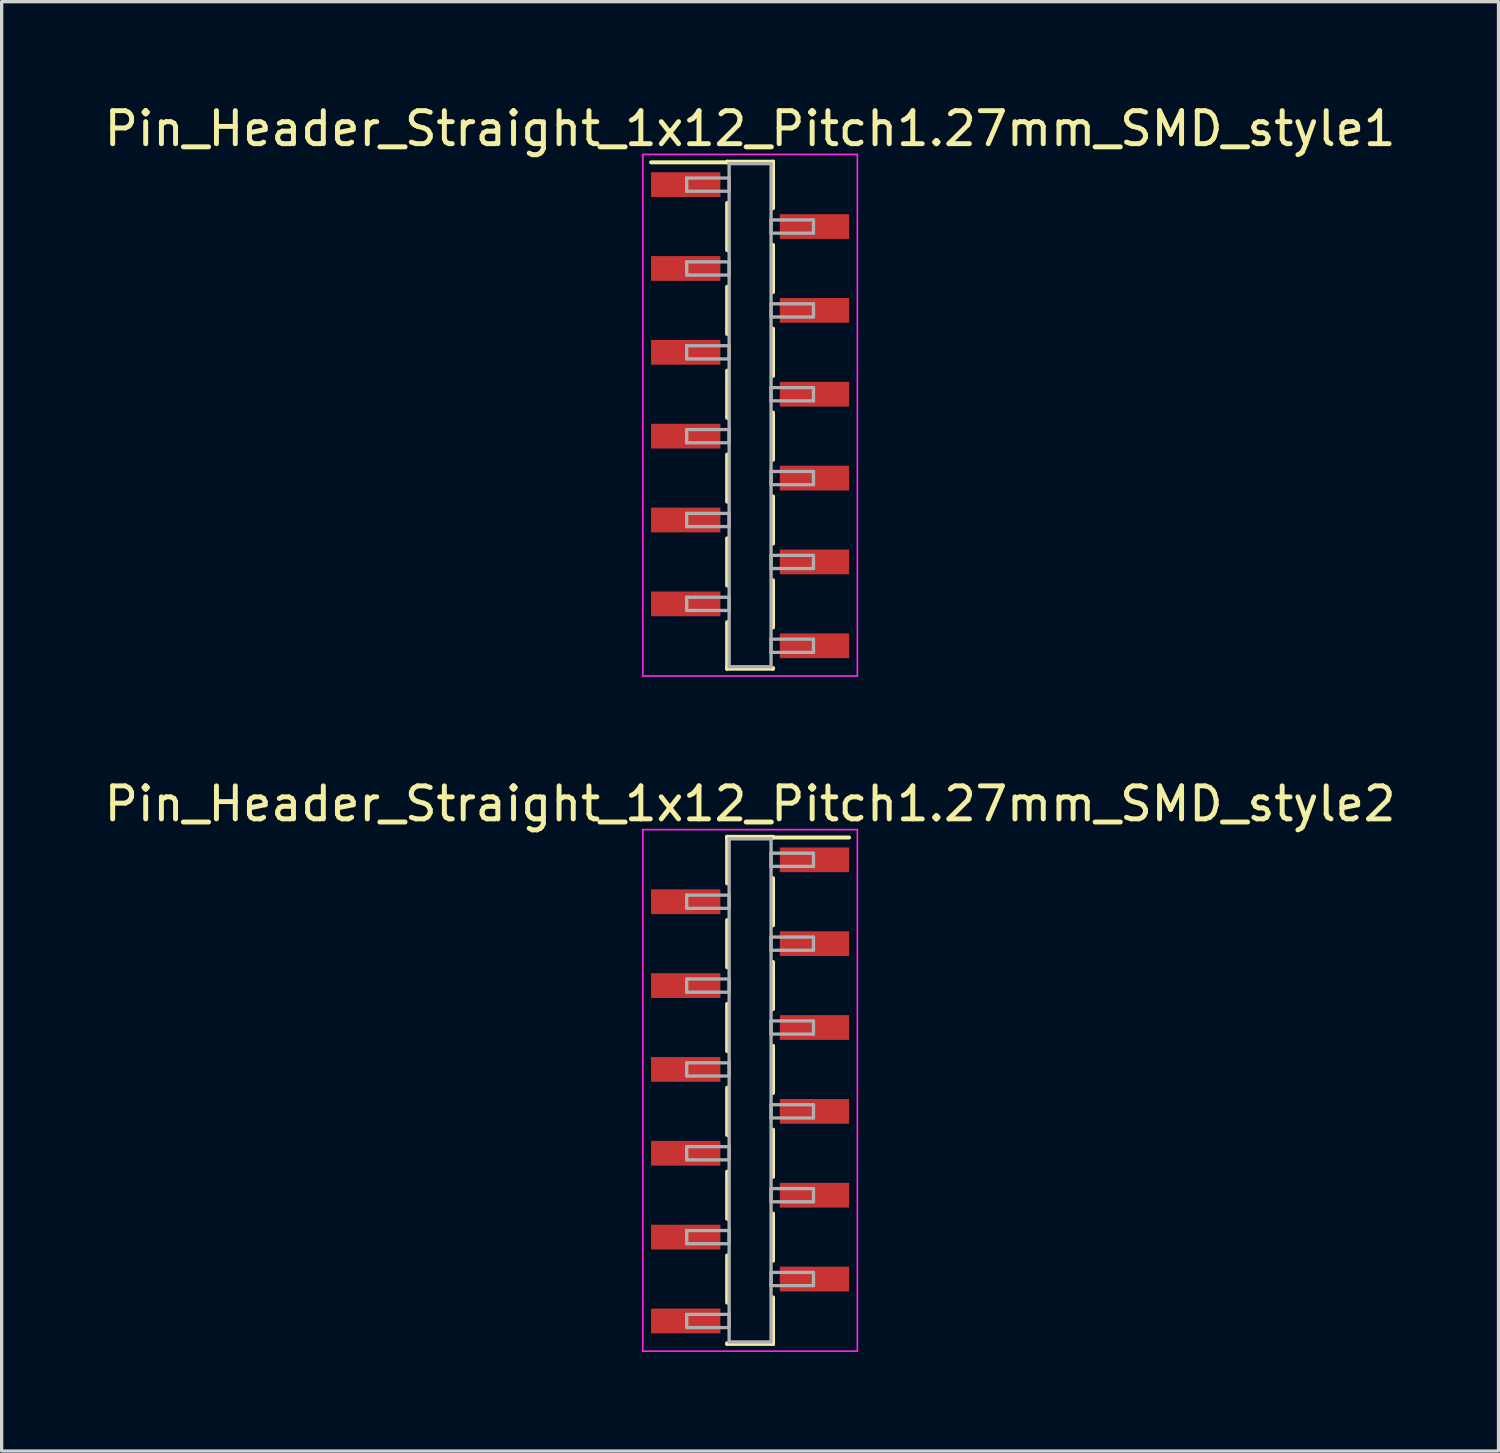
<source format=kicad_pcb>
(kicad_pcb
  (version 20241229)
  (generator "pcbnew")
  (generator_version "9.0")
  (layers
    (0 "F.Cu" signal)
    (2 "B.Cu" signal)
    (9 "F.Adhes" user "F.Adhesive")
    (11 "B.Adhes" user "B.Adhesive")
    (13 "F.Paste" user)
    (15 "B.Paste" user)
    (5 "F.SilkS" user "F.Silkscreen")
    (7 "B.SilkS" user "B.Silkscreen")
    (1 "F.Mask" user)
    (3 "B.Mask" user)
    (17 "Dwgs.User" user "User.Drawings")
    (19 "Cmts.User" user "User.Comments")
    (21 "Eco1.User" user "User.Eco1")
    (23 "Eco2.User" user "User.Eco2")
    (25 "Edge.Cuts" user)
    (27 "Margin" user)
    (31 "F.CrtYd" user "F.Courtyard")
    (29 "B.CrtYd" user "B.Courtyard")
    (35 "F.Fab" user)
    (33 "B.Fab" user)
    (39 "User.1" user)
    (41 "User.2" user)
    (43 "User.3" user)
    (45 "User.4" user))
  (footprint "Pin_Header_Straight_1x12_Pitch1.27mm_SMD_style1"
    (layer "F.Cu")
    (at 19.673 9.528)
    (property "Reference" "Pin_Header_Straight_1x12_Pitch1.27mm_SMD_style1" (at 0 -8.68 0) (layer "F.SilkS") (effects (font (size 1 1) (thickness 0.15))))
    (attr smd)
    (fp_line (start -0.695 -7.68) (end 0.695 -7.68) (stroke (width 0.12) (type solid)) (layer "F.SilkS"))
    (fp_line (start -0.695 -7.66) (end -3 -7.66) (stroke (width 0.12) (type solid)) (layer "F.SilkS"))
    (fp_line (start -0.695 -7.66) (end -0.695 -7.68) (stroke (width 0.12) (type solid)) (layer "F.SilkS"))
    (fp_line (start -0.695 -6.43) (end -0.695 -5) (stroke (width 0.12) (type solid)) (layer "F.SilkS"))
    (fp_line (start -0.695 -3.89) (end -0.695 -2.46) (stroke (width 0.12) (type solid)) (layer "F.SilkS"))
    (fp_line (start -0.695 -1.35) (end -0.695 0.08) (stroke (width 0.12) (type solid)) (layer "F.SilkS"))
    (fp_line (start -0.695 1.19) (end -0.695 2.62) (stroke (width 0.12) (type solid)) (layer "F.SilkS"))
    (fp_line (start -0.695 3.73) (end -0.695 5.16) (stroke (width 0.12) (type solid)) (layer "F.SilkS"))
    (fp_line (start -0.695 6.27) (end -0.695 7.68) (stroke (width 0.12) (type solid)) (layer "F.SilkS"))
    (fp_line (start -0.695 7.66) (end -0.695 7.68) (stroke (width 0.12) (type solid)) (layer "F.SilkS"))
    (fp_line (start -0.695 7.68) (end 0.695 7.68) (stroke (width 0.12) (type solid)) (layer "F.SilkS"))
    (fp_line (start 0.695 -7.68) (end 0.695 -7.66) (stroke (width 0.12) (type solid)) (layer "F.SilkS"))
    (fp_line (start 0.695 -7.68) (end 0.695 -6.27) (stroke (width 0.12) (type solid)) (layer "F.SilkS"))
    (fp_line (start 0.695 -5.16) (end 0.695 -3.73) (stroke (width 0.12) (type solid)) (layer "F.SilkS"))
    (fp_line (start 0.695 -2.62) (end 0.695 -1.19) (stroke (width 0.12) (type solid)) (layer "F.SilkS"))
    (fp_line (start 0.695 -0.08) (end 0.695 1.35) (stroke (width 0.12) (type solid)) (layer "F.SilkS"))
    (fp_line (start 0.695 2.46) (end 0.695 3.89) (stroke (width 0.12) (type solid)) (layer "F.SilkS"))
    (fp_line (start 0.695 5) (end 0.695 6.43) (stroke (width 0.12) (type solid)) (layer "F.SilkS"))
    (fp_line (start 0.695 7.68) (end 0.695 7.66) (stroke (width 0.12) (type solid)) (layer "F.SilkS"))
    (fp_line (start -3.25 -7.9) (end -3.25 7.9) (stroke (width 0.05) (type solid)) (layer "F.CrtYd"))
    (fp_line (start -3.25 7.9) (end 3.25 7.9) (stroke (width 0.05) (type solid)) (layer "F.CrtYd"))
    (fp_line (start 3.25 -7.9) (end -3.25 -7.9) (stroke (width 0.05) (type solid)) (layer "F.CrtYd"))
    (fp_line (start 3.25 7.9) (end 3.25 -7.9) (stroke (width 0.05) (type solid)) (layer "F.CrtYd"))
    (fp_line (start -1.92 -7.185) (end -0.635 -7.185) (stroke (width 0.1) (type solid)) (layer "F.Fab"))
    (fp_line (start -1.92 -6.785) (end -1.92 -7.185) (stroke (width 0.1) (type solid)) (layer "F.Fab"))
    (fp_line (start -1.92 -4.645) (end -0.635 -4.645) (stroke (width 0.1) (type solid)) (layer "F.Fab"))
    (fp_line (start -1.92 -4.245) (end -1.92 -4.645) (stroke (width 0.1) (type solid)) (layer "F.Fab"))
    (fp_line (start -1.92 -2.105) (end -0.635 -2.105) (stroke (width 0.1) (type solid)) (layer "F.Fab"))
    (fp_line (start -1.92 -1.705) (end -1.92 -2.105) (stroke (width 0.1) (type solid)) (layer "F.Fab"))
    (fp_line (start -1.92 0.435) (end -0.635 0.435) (stroke (width 0.1) (type solid)) (layer "F.Fab"))
    (fp_line (start -1.92 0.835) (end -1.92 0.435) (stroke (width 0.1) (type solid)) (layer "F.Fab"))
    (fp_line (start -1.92 2.975) (end -0.635 2.975) (stroke (width 0.1) (type solid)) (layer "F.Fab"))
    (fp_line (start -1.92 3.375) (end -1.92 2.975) (stroke (width 0.1) (type solid)) (layer "F.Fab"))
    (fp_line (start -1.92 5.515) (end -0.635 5.515) (stroke (width 0.1) (type solid)) (layer "F.Fab"))
    (fp_line (start -1.92 5.915) (end -1.92 5.515) (stroke (width 0.1) (type solid)) (layer "F.Fab"))
    (fp_line (start -0.635 -7.62) (end -0.635 7.62) (stroke (width 0.1) (type solid)) (layer "F.Fab"))
    (fp_line (start -0.635 -7.185) (end -0.635 -6.785) (stroke (width 0.1) (type solid)) (layer "F.Fab"))
    (fp_line (start -0.635 -6.785) (end -1.92 -6.785) (stroke (width 0.1) (type solid)) (layer "F.Fab"))
    (fp_line (start -0.635 -4.645) (end -0.635 -4.245) (stroke (width 0.1) (type solid)) (layer "F.Fab"))
    (fp_line (start -0.635 -4.245) (end -1.92 -4.245) (stroke (width 0.1) (type solid)) (layer "F.Fab"))
    (fp_line (start -0.635 -2.105) (end -0.635 -1.705) (stroke (width 0.1) (type solid)) (layer "F.Fab"))
    (fp_line (start -0.635 -1.705) (end -1.92 -1.705) (stroke (width 0.1) (type solid)) (layer "F.Fab"))
    (fp_line (start -0.635 0.435) (end -0.635 0.835) (stroke (width 0.1) (type solid)) (layer "F.Fab"))
    (fp_line (start -0.635 0.835) (end -1.92 0.835) (stroke (width 0.1) (type solid)) (layer "F.Fab"))
    (fp_line (start -0.635 2.975) (end -0.635 3.375) (stroke (width 0.1) (type solid)) (layer "F.Fab"))
    (fp_line (start -0.635 3.375) (end -1.92 3.375) (stroke (width 0.1) (type solid)) (layer "F.Fab"))
    (fp_line (start -0.635 5.515) (end -0.635 5.915) (stroke (width 0.1) (type solid)) (layer "F.Fab"))
    (fp_line (start -0.635 5.915) (end -1.92 5.915) (stroke (width 0.1) (type solid)) (layer "F.Fab"))
    (fp_line (start -0.635 7.62) (end 0.635 7.62) (stroke (width 0.1) (type solid)) (layer "F.Fab"))
    (fp_line (start 0.635 -7.62) (end -0.635 -7.62) (stroke (width 0.1) (type solid)) (layer "F.Fab"))
    (fp_line (start 0.635 -5.915) (end 0.635 -5.515) (stroke (width 0.1) (type solid)) (layer "F.Fab"))
    (fp_line (start 0.635 -5.515) (end 1.92 -5.515) (stroke (width 0.1) (type solid)) (layer "F.Fab"))
    (fp_line (start 0.635 -3.375) (end 0.635 -2.975) (stroke (width 0.1) (type solid)) (layer "F.Fab"))
    (fp_line (start 0.635 -2.975) (end 1.92 -2.975) (stroke (width 0.1) (type solid)) (layer "F.Fab"))
    (fp_line (start 0.635 -0.835) (end 0.635 -0.435) (stroke (width 0.1) (type solid)) (layer "F.Fab"))
    (fp_line (start 0.635 -0.435) (end 1.92 -0.435) (stroke (width 0.1) (type solid)) (layer "F.Fab"))
    (fp_line (start 0.635 1.705) (end 0.635 2.105) (stroke (width 0.1) (type solid)) (layer "F.Fab"))
    (fp_line (start 0.635 2.105) (end 1.92 2.105) (stroke (width 0.1) (type solid)) (layer "F.Fab"))
    (fp_line (start 0.635 4.245) (end 0.635 4.645) (stroke (width 0.1) (type solid)) (layer "F.Fab"))
    (fp_line (start 0.635 4.645) (end 1.92 4.645) (stroke (width 0.1) (type solid)) (layer "F.Fab"))
    (fp_line (start 0.635 6.785) (end 0.635 7.185) (stroke (width 0.1) (type solid)) (layer "F.Fab"))
    (fp_line (start 0.635 7.185) (end 1.92 7.185) (stroke (width 0.1) (type solid)) (layer "F.Fab"))
    (fp_line (start 0.635 7.62) (end 0.635 -7.62) (stroke (width 0.1) (type solid)) (layer "F.Fab"))
    (fp_line (start 1.92 -5.915) (end 0.635 -5.915) (stroke (width 0.1) (type solid)) (layer "F.Fab"))
    (fp_line (start 1.92 -5.515) (end 1.92 -5.915) (stroke (width 0.1) (type solid)) (layer "F.Fab"))
    (fp_line (start 1.92 -3.375) (end 0.635 -3.375) (stroke (width 0.1) (type solid)) (layer "F.Fab"))
    (fp_line (start 1.92 -2.975) (end 1.92 -3.375) (stroke (width 0.1) (type solid)) (layer "F.Fab"))
    (fp_line (start 1.92 -0.835) (end 0.635 -0.835) (stroke (width 0.1) (type solid)) (layer "F.Fab"))
    (fp_line (start 1.92 -0.435) (end 1.92 -0.835) (stroke (width 0.1) (type solid)) (layer "F.Fab"))
    (fp_line (start 1.92 1.705) (end 0.635 1.705) (stroke (width 0.1) (type solid)) (layer "F.Fab"))
    (fp_line (start 1.92 2.105) (end 1.92 1.705) (stroke (width 0.1) (type solid)) (layer "F.Fab"))
    (fp_line (start 1.92 4.245) (end 0.635 4.245) (stroke (width 0.1) (type solid)) (layer "F.Fab"))
    (fp_line (start 1.92 4.645) (end 1.92 4.245) (stroke (width 0.1) (type solid)) (layer "F.Fab"))
    (fp_line (start 1.92 6.785) (end 0.635 6.785) (stroke (width 0.1) (type solid)) (layer "F.Fab"))
    (fp_line (start 1.92 7.185) (end 1.92 6.785) (stroke (width 0.1) (type solid)) (layer "F.Fab"))
    (pad "1" smd rect (at -1.95 -6.985) (size 2.1 0.75) (layers "F.Cu" "F.Mask"))
    (pad "2" smd rect (at 1.95 -5.715) (size 2.1 0.75) (layers "F.Cu" "F.Mask"))
    (pad "3" smd rect (at -1.95 -4.445) (size 2.1 0.75) (layers "F.Cu" "F.Mask"))
    (pad "4" smd rect (at 1.95 -3.175) (size 2.1 0.75) (layers "F.Cu" "F.Mask"))
    (pad "5" smd rect (at -1.95 -1.905) (size 2.1 0.75) (layers "F.Cu" "F.Mask"))
    (pad "6" smd rect (at 1.95 -0.635) (size 2.1 0.75) (layers "F.Cu" "F.Mask"))
    (pad "7" smd rect (at -1.95 0.635) (size 2.1 0.75) (layers "F.Cu" "F.Mask"))
    (pad "8" smd rect (at 1.95 1.905) (size 2.1 0.75) (layers "F.Cu" "F.Mask"))
    (pad "9" smd rect (at -1.95 3.175) (size 2.1 0.75) (layers "F.Cu" "F.Mask"))
    (pad "10" smd rect (at 1.95 4.445) (size 2.1 0.75) (layers "F.Cu" "F.Mask"))
    (pad "11" smd rect (at -1.95 5.715) (size 2.1 0.75) (layers "F.Cu" "F.Mask"))
    (pad "12" smd rect (at 1.95 6.985) (size 2.1 0.75) (layers "F.Cu" "F.Mask")))
  (footprint "Pin_Header_Straight_1x12_Pitch1.27mm_SMD_style2"
    (layer "F.Cu")
    (at 19.673 29.982)
    (property "Reference" "Pin_Header_Straight_1x12_Pitch1.27mm_SMD_style2" (at 0 -8.68 0) (layer "F.SilkS") (effects (font (size 1 1) (thickness 0.15))))
    (attr smd)
    (fp_line (start -0.695 -7.68) (end -0.695 -6.27) (stroke (width 0.12) (type solid)) (layer "F.SilkS"))
    (fp_line (start -0.695 -7.68) (end 0.695 -7.68) (stroke (width 0.12) (type solid)) (layer "F.SilkS"))
    (fp_line (start -0.695 -7.66) (end -0.695 -7.68) (stroke (width 0.12) (type solid)) (layer "F.SilkS"))
    (fp_line (start -0.695 -5.16) (end -0.695 -3.73) (stroke (width 0.12) (type solid)) (layer "F.SilkS"))
    (fp_line (start -0.695 -2.62) (end -0.695 -1.19) (stroke (width 0.12) (type solid)) (layer "F.SilkS"))
    (fp_line (start -0.695 -0.08) (end -0.695 1.35) (stroke (width 0.12) (type solid)) (layer "F.SilkS"))
    (fp_line (start -0.695 2.46) (end -0.695 3.89) (stroke (width 0.12) (type solid)) (layer "F.SilkS"))
    (fp_line (start -0.695 5) (end -0.695 6.43) (stroke (width 0.12) (type solid)) (layer "F.SilkS"))
    (fp_line (start -0.695 7.66) (end -0.695 7.68) (stroke (width 0.12) (type solid)) (layer "F.SilkS"))
    (fp_line (start -0.695 7.68) (end 0.695 7.68) (stroke (width 0.12) (type solid)) (layer "F.SilkS"))
    (fp_line (start 0.695 -7.68) (end 0.695 -7.66) (stroke (width 0.12) (type solid)) (layer "F.SilkS"))
    (fp_line (start 0.695 -7.66) (end 3 -7.66) (stroke (width 0.12) (type solid)) (layer "F.SilkS"))
    (fp_line (start 0.695 -6.43) (end 0.695 -5) (stroke (width 0.12) (type solid)) (layer "F.SilkS"))
    (fp_line (start 0.695 -3.89) (end 0.695 -2.46) (stroke (width 0.12) (type solid)) (layer "F.SilkS"))
    (fp_line (start 0.695 -1.35) (end 0.695 0.08) (stroke (width 0.12) (type solid)) (layer "F.SilkS"))
    (fp_line (start 0.695 1.19) (end 0.695 2.62) (stroke (width 0.12) (type solid)) (layer "F.SilkS"))
    (fp_line (start 0.695 3.73) (end 0.695 5.16) (stroke (width 0.12) (type solid)) (layer "F.SilkS"))
    (fp_line (start 0.695 6.27) (end 0.695 7.68) (stroke (width 0.12) (type solid)) (layer "F.SilkS"))
    (fp_line (start 0.695 7.68) (end 0.695 7.66) (stroke (width 0.12) (type solid)) (layer "F.SilkS"))
    (fp_line (start -3.25 -7.9) (end -3.25 7.9) (stroke (width 0.05) (type solid)) (layer "F.CrtYd"))
    (fp_line (start -3.25 7.9) (end 3.25 7.9) (stroke (width 0.05) (type solid)) (layer "F.CrtYd"))
    (fp_line (start 3.25 -7.9) (end -3.25 -7.9) (stroke (width 0.05) (type solid)) (layer "F.CrtYd"))
    (fp_line (start 3.25 7.9) (end 3.25 -7.9) (stroke (width 0.05) (type solid)) (layer "F.CrtYd"))
    (fp_line (start -1.92 -5.915) (end -0.635 -5.915) (stroke (width 0.1) (type solid)) (layer "F.Fab"))
    (fp_line (start -1.92 -5.515) (end -1.92 -5.915) (stroke (width 0.1) (type solid)) (layer "F.Fab"))
    (fp_line (start -1.92 -3.375) (end -0.635 -3.375) (stroke (width 0.1) (type solid)) (layer "F.Fab"))
    (fp_line (start -1.92 -2.975) (end -1.92 -3.375) (stroke (width 0.1) (type solid)) (layer "F.Fab"))
    (fp_line (start -1.92 -0.835) (end -0.635 -0.835) (stroke (width 0.1) (type solid)) (layer "F.Fab"))
    (fp_line (start -1.92 -0.435) (end -1.92 -0.835) (stroke (width 0.1) (type solid)) (layer "F.Fab"))
    (fp_line (start -1.92 1.705) (end -0.635 1.705) (stroke (width 0.1) (type solid)) (layer "F.Fab"))
    (fp_line (start -1.92 2.105) (end -1.92 1.705) (stroke (width 0.1) (type solid)) (layer "F.Fab"))
    (fp_line (start -1.92 4.245) (end -0.635 4.245) (stroke (width 0.1) (type solid)) (layer "F.Fab"))
    (fp_line (start -1.92 4.645) (end -1.92 4.245) (stroke (width 0.1) (type solid)) (layer "F.Fab"))
    (fp_line (start -1.92 6.785) (end -0.635 6.785) (stroke (width 0.1) (type solid)) (layer "F.Fab"))
    (fp_line (start -1.92 7.185) (end -1.92 6.785) (stroke (width 0.1) (type solid)) (layer "F.Fab"))
    (fp_line (start -0.635 -7.62) (end -0.635 7.62) (stroke (width 0.1) (type solid)) (layer "F.Fab"))
    (fp_line (start -0.635 -5.915) (end -0.635 -5.515) (stroke (width 0.1) (type solid)) (layer "F.Fab"))
    (fp_line (start -0.635 -5.515) (end -1.92 -5.515) (stroke (width 0.1) (type solid)) (layer "F.Fab"))
    (fp_line (start -0.635 -3.375) (end -0.635 -2.975) (stroke (width 0.1) (type solid)) (layer "F.Fab"))
    (fp_line (start -0.635 -2.975) (end -1.92 -2.975) (stroke (width 0.1) (type solid)) (layer "F.Fab"))
    (fp_line (start -0.635 -0.835) (end -0.635 -0.435) (stroke (width 0.1) (type solid)) (layer "F.Fab"))
    (fp_line (start -0.635 -0.435) (end -1.92 -0.435) (stroke (width 0.1) (type solid)) (layer "F.Fab"))
    (fp_line (start -0.635 1.705) (end -0.635 2.105) (stroke (width 0.1) (type solid)) (layer "F.Fab"))
    (fp_line (start -0.635 2.105) (end -1.92 2.105) (stroke (width 0.1) (type solid)) (layer "F.Fab"))
    (fp_line (start -0.635 4.245) (end -0.635 4.645) (stroke (width 0.1) (type solid)) (layer "F.Fab"))
    (fp_line (start -0.635 4.645) (end -1.92 4.645) (stroke (width 0.1) (type solid)) (layer "F.Fab"))
    (fp_line (start -0.635 6.785) (end -0.635 7.185) (stroke (width 0.1) (type solid)) (layer "F.Fab"))
    (fp_line (start -0.635 7.185) (end -1.92 7.185) (stroke (width 0.1) (type solid)) (layer "F.Fab"))
    (fp_line (start -0.635 7.62) (end 0.635 7.62) (stroke (width 0.1) (type solid)) (layer "F.Fab"))
    (fp_line (start 0.635 -7.62) (end -0.635 -7.62) (stroke (width 0.1) (type solid)) (layer "F.Fab"))
    (fp_line (start 0.635 -7.185) (end 0.635 -6.785) (stroke (width 0.1) (type solid)) (layer "F.Fab"))
    (fp_line (start 0.635 -6.785) (end 1.92 -6.785) (stroke (width 0.1) (type solid)) (layer "F.Fab"))
    (fp_line (start 0.635 -4.645) (end 0.635 -4.245) (stroke (width 0.1) (type solid)) (layer "F.Fab"))
    (fp_line (start 0.635 -4.245) (end 1.92 -4.245) (stroke (width 0.1) (type solid)) (layer "F.Fab"))
    (fp_line (start 0.635 -2.105) (end 0.635 -1.705) (stroke (width 0.1) (type solid)) (layer "F.Fab"))
    (fp_line (start 0.635 -1.705) (end 1.92 -1.705) (stroke (width 0.1) (type solid)) (layer "F.Fab"))
    (fp_line (start 0.635 0.435) (end 0.635 0.835) (stroke (width 0.1) (type solid)) (layer "F.Fab"))
    (fp_line (start 0.635 0.835) (end 1.92 0.835) (stroke (width 0.1) (type solid)) (layer "F.Fab"))
    (fp_line (start 0.635 2.975) (end 0.635 3.375) (stroke (width 0.1) (type solid)) (layer "F.Fab"))
    (fp_line (start 0.635 3.375) (end 1.92 3.375) (stroke (width 0.1) (type solid)) (layer "F.Fab"))
    (fp_line (start 0.635 5.515) (end 0.635 5.915) (stroke (width 0.1) (type solid)) (layer "F.Fab"))
    (fp_line (start 0.635 5.915) (end 1.92 5.915) (stroke (width 0.1) (type solid)) (layer "F.Fab"))
    (fp_line (start 0.635 7.62) (end 0.635 -7.62) (stroke (width 0.1) (type solid)) (layer "F.Fab"))
    (fp_line (start 1.92 -7.185) (end 0.635 -7.185) (stroke (width 0.1) (type solid)) (layer "F.Fab"))
    (fp_line (start 1.92 -6.785) (end 1.92 -7.185) (stroke (width 0.1) (type solid)) (layer "F.Fab"))
    (fp_line (start 1.92 -4.645) (end 0.635 -4.645) (stroke (width 0.1) (type solid)) (layer "F.Fab"))
    (fp_line (start 1.92 -4.245) (end 1.92 -4.645) (stroke (width 0.1) (type solid)) (layer "F.Fab"))
    (fp_line (start 1.92 -2.105) (end 0.635 -2.105) (stroke (width 0.1) (type solid)) (layer "F.Fab"))
    (fp_line (start 1.92 -1.705) (end 1.92 -2.105) (stroke (width 0.1) (type solid)) (layer "F.Fab"))
    (fp_line (start 1.92 0.435) (end 0.635 0.435) (stroke (width 0.1) (type solid)) (layer "F.Fab"))
    (fp_line (start 1.92 0.835) (end 1.92 0.435) (stroke (width 0.1) (type solid)) (layer "F.Fab"))
    (fp_line (start 1.92 2.975) (end 0.635 2.975) (stroke (width 0.1) (type solid)) (layer "F.Fab"))
    (fp_line (start 1.92 3.375) (end 1.92 2.975) (stroke (width 0.1) (type solid)) (layer "F.Fab"))
    (fp_line (start 1.92 5.515) (end 0.635 5.515) (stroke (width 0.1) (type solid)) (layer "F.Fab"))
    (fp_line (start 1.92 5.915) (end 1.92 5.515) (stroke (width 0.1) (type solid)) (layer "F.Fab"))
    (pad "1" smd rect (at 1.95 -6.985) (size 2.1 0.75) (layers "F.Cu" "F.Mask"))
    (pad "2" smd rect (at -1.95 -5.715) (size 2.1 0.75) (layers "F.Cu" "F.Mask"))
    (pad "3" smd rect (at 1.95 -4.445) (size 2.1 0.75) (layers "F.Cu" "F.Mask"))
    (pad "4" smd rect (at -1.95 -3.175) (size 2.1 0.75) (layers "F.Cu" "F.Mask"))
    (pad "5" smd rect (at 1.95 -1.905) (size 2.1 0.75) (layers "F.Cu" "F.Mask"))
    (pad "6" smd rect (at -1.95 -0.635) (size 2.1 0.75) (layers "F.Cu" "F.Mask"))
    (pad "7" smd rect (at 1.95 0.635) (size 2.1 0.75) (layers "F.Cu" "F.Mask"))
    (pad "8" smd rect (at -1.95 1.905) (size 2.1 0.75) (layers "F.Cu" "F.Mask"))
    (pad "9" smd rect (at 1.95 3.175) (size 2.1 0.75) (layers "F.Cu" "F.Mask"))
    (pad "10" smd rect (at -1.95 4.445) (size 2.1 0.75) (layers "F.Cu" "F.Mask"))
    (pad "11" smd rect (at 1.95 5.715) (size 2.1 0.75) (layers "F.Cu" "F.Mask"))
    (pad "12" smd rect (at -1.95 6.985) (size 2.1 0.75) (layers "F.Cu" "F.Mask")))
  (gr_rect
    (start -3 -3)
    (end 42.345 40.907)
    (stroke (width 0.1) (type default))
    (fill no)
    (layer "Edge.Cuts")))
</source>
